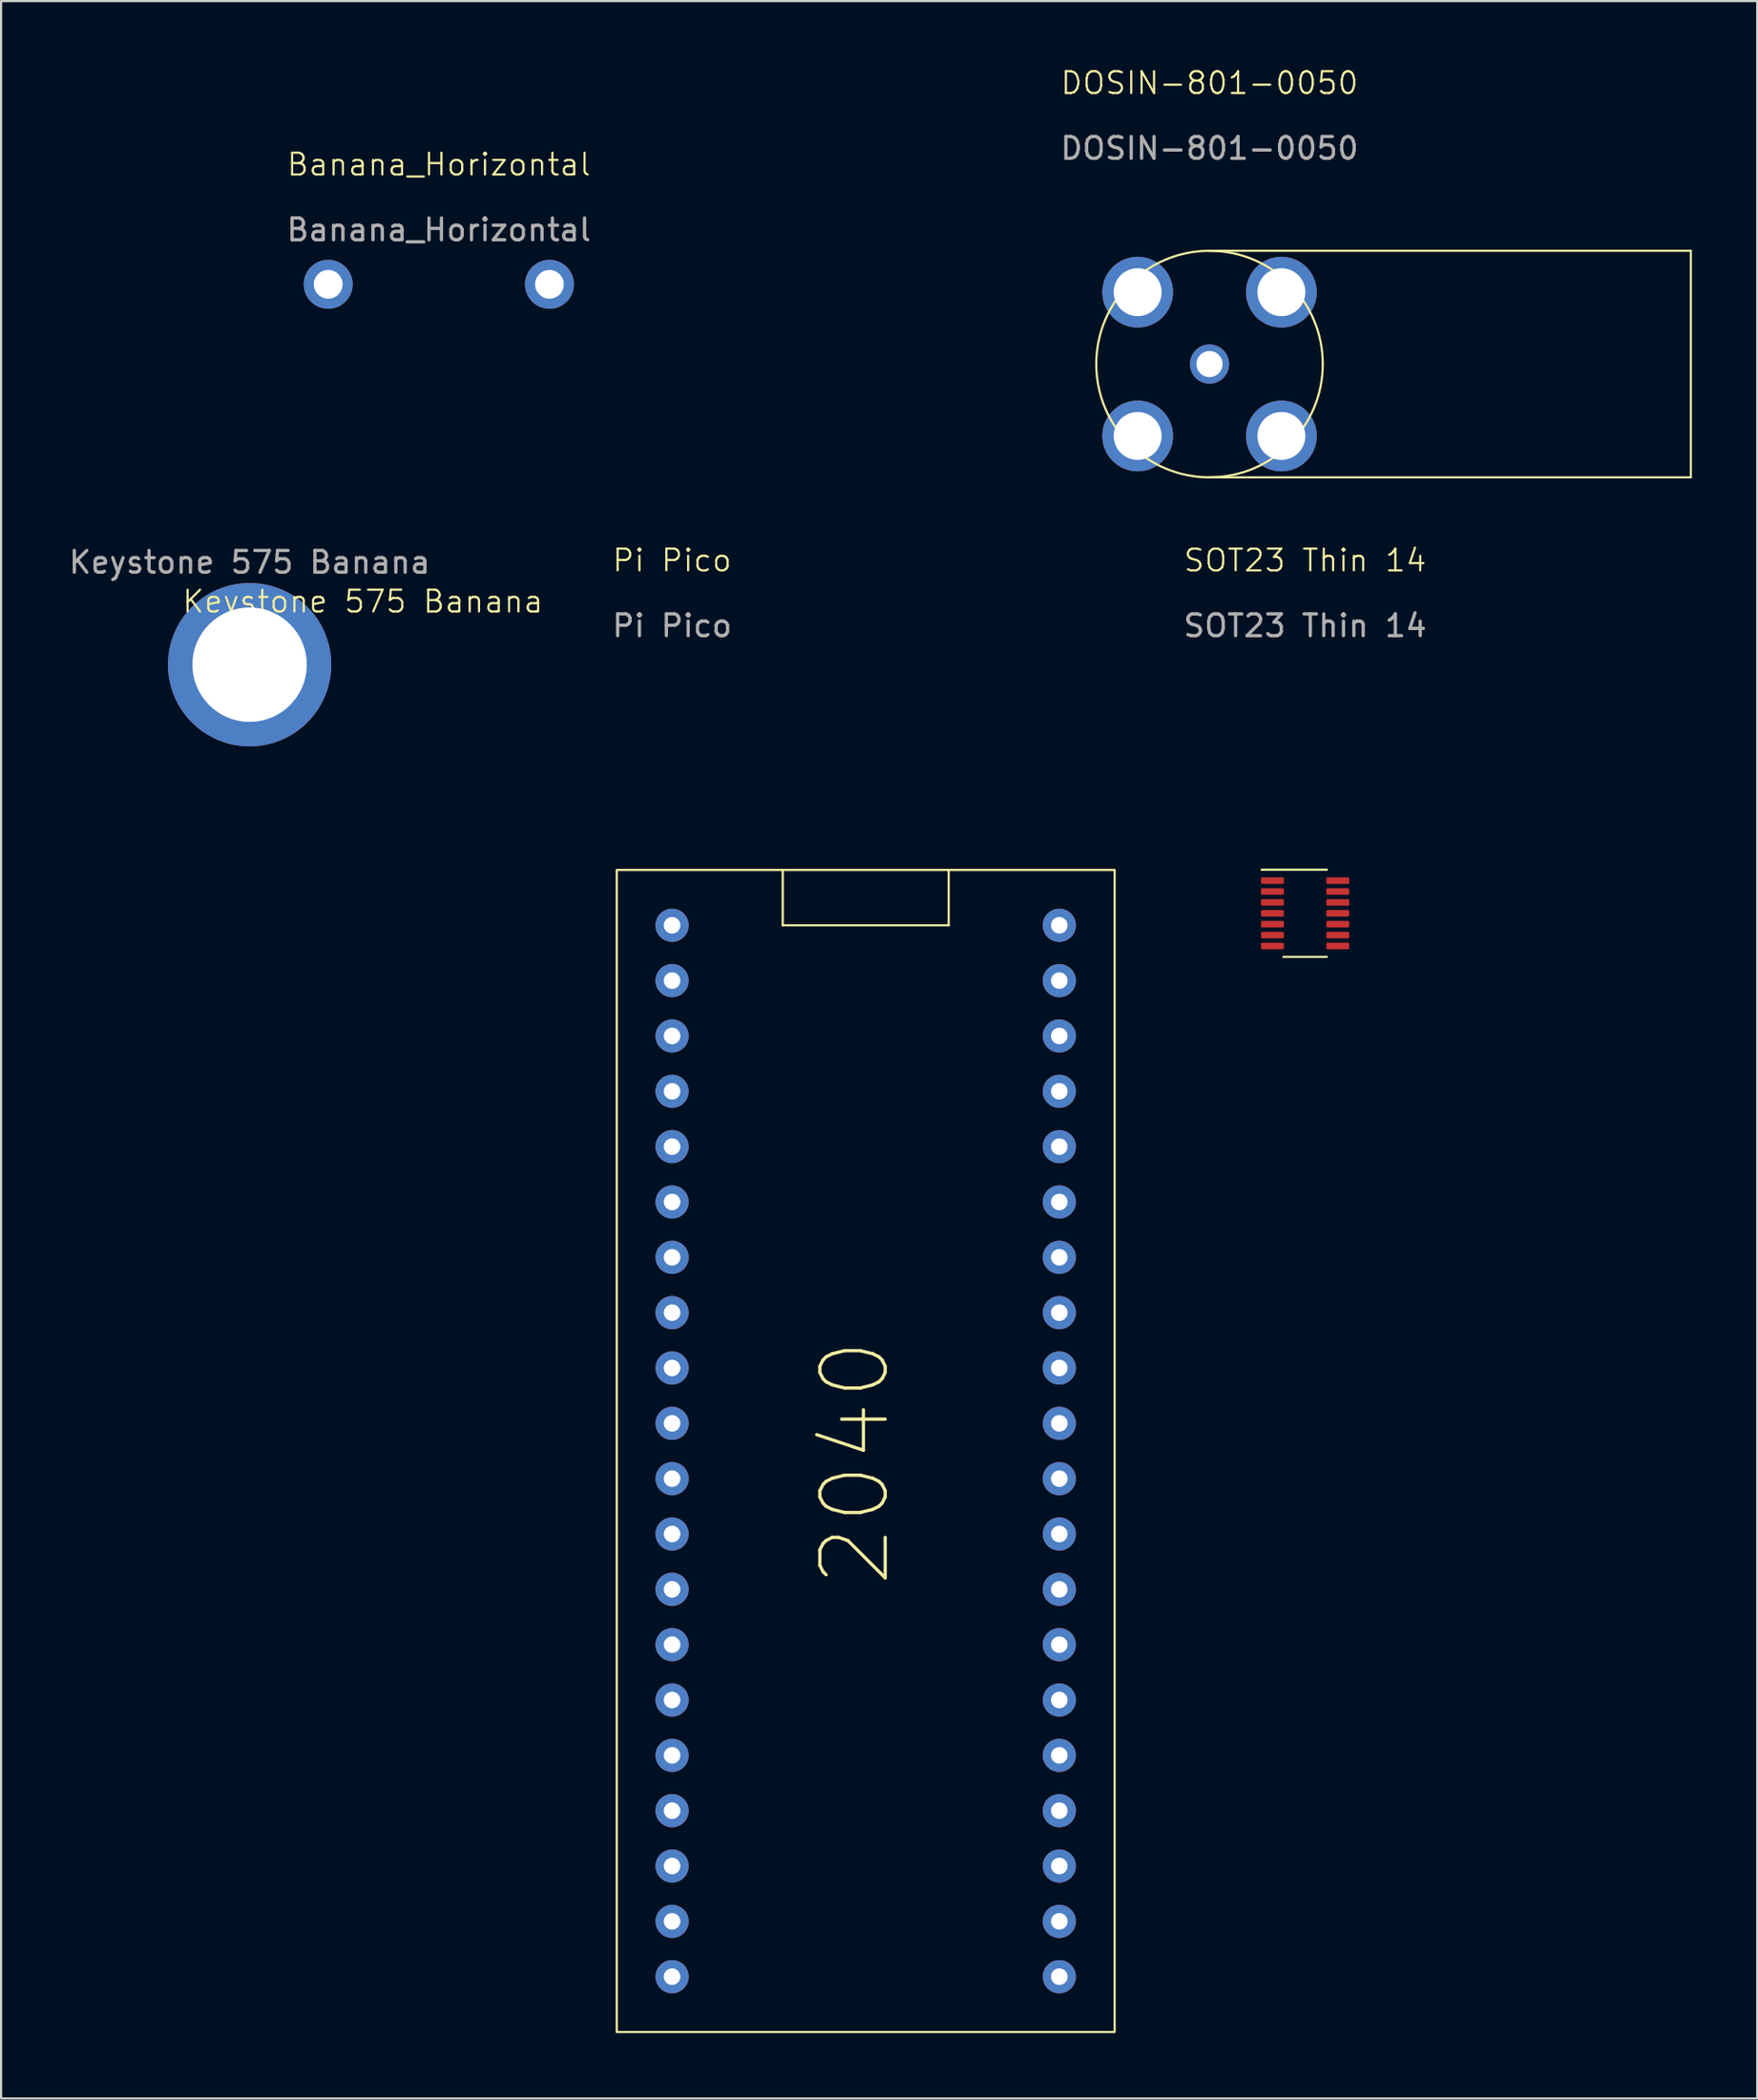
<source format=kicad_pcb>
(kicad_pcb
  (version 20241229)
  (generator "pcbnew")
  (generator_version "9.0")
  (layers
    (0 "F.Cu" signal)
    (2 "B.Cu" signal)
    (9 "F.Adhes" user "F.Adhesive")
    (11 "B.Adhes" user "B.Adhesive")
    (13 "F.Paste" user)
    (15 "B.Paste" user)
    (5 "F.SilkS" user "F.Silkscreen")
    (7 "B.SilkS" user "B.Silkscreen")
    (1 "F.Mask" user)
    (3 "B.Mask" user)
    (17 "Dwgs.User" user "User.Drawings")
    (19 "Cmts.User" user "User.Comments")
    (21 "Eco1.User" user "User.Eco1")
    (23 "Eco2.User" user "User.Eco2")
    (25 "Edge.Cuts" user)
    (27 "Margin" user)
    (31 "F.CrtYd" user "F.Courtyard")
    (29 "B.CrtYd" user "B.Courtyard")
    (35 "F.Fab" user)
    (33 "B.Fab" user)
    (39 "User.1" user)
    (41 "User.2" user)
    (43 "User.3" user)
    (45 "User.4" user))
  (footprint "SOT23 Thin 14"
    (layer "F.Cu")
    (at 56.876 38.871)
    (property "Reference" "SOT23 Thin 14" (at 0 -16.2 0) (unlocked yes) (layer "F.SilkS") (effects (font (size 1 1) (thickness 0.1))))
    (attr smd)
    (fp_line (start -1 2) (end 1 2) (stroke (width 0.1) (type default)) (layer "F.SilkS"))
    (fp_line (start 1 -2) (end -2 -2) (stroke (width 0.1) (type default)) (layer "F.SilkS"))
    (fp_text user "${REFERENCE}" (at 0 -13.2 0) (unlocked yes) (layer "F.Fab") (effects (font (size 1 1) (thickness 0.15))))
    (pad "1" smd roundrect (at -1.5 -1.5) (size 1.05 0.3) (layers "F.Cu" "F.Mask" "F.Paste") (roundrect_rratio 0.167))
    (pad "2" smd roundrect (at -1.5 -1) (size 1.05 0.3) (layers "F.Cu" "F.Mask" "F.Paste") (roundrect_rratio 0.167))
    (pad "3" smd roundrect (at -1.5 -0.5) (size 1.05 0.3) (layers "F.Cu" "F.Mask" "F.Paste") (roundrect_rratio 0.167))
    (pad "4" smd roundrect (at -1.5 0) (size 1.05 0.3) (layers "F.Cu" "F.Mask" "F.Paste") (roundrect_rratio 0.167))
    (pad "5" smd roundrect (at -1.5 0.5) (size 1.05 0.3) (layers "F.Cu" "F.Mask" "F.Paste") (roundrect_rratio 0.167))
    (pad "6" smd roundrect (at -1.5 1) (size 1.05 0.3) (layers "F.Cu" "F.Mask" "F.Paste") (roundrect_rratio 0.167))
    (pad "7" smd roundrect (at -1.5 1.5) (size 1.05 0.3) (layers "F.Cu" "F.Mask" "F.Paste") (roundrect_rratio 0.167))
    (pad "8" smd roundrect (at 1.5 1.5) (size 1.05 0.3) (layers "F.Cu" "F.Mask" "F.Paste") (roundrect_rratio 0.167))
    (pad "9" smd roundrect (at 1.5 1) (size 1.05 0.3) (layers "F.Cu" "F.Mask" "F.Paste") (roundrect_rratio 0.167))
    (pad "10" smd roundrect (at 1.5 0.5) (size 1.05 0.3) (layers "F.Cu" "F.Mask" "F.Paste") (roundrect_rratio 0.167))
    (pad "11" smd roundrect (at 1.5 0) (size 1.05 0.3) (layers "F.Cu" "F.Mask" "F.Paste") (roundrect_rratio 0.167))
    (pad "12" smd roundrect (at 1.5 -0.5) (size 1.05 0.3) (layers "F.Cu" "F.Mask" "F.Paste") (roundrect_rratio 0.167))
    (pad "13" smd roundrect (at 1.5 -1) (size 1.05 0.3) (layers "F.Cu" "F.Mask" "F.Paste") (roundrect_rratio 0.167))
    (pad "14" smd roundrect (at 1.5 -1.5) (size 1.05 0.3) (layers "F.Cu" "F.Mask" "F.Paste") (roundrect_rratio 0.167)))
  (footprint "Banana_Horizontal"
    (layer "F.Cu")
    (at 17.1 5)
    (property "Reference" "Banana_Horizontal" (at 0 -0.5 0) (unlocked yes) (layer "F.SilkS") (effects (font (size 1 1) (thickness 0.1))))
    (attr through_hole)
    (fp_text user "${REFERENCE}" (at 0 2.5 0) (unlocked yes) (layer "F.Fab") (effects (font (size 1 1) (thickness 0.15))))
    (fp_text user "Cinch 105-0753-001 105-0752-001 105-0751-001" (at -17.1 -3.7 0) (unlocked yes) (layer "User.1") (effects (font (size 1 1) (thickness 0.1)) (justify left bottom)))
    (pad "1" thru_hole circle (at -5.08 5) (size 2.25 2.25) (drill 1.32) (layers "*.Cu" "*.Mask"))
    (pad "2" thru_hole circle (at 5.08 5) (size 2.25 2.25) (drill 1.32) (layers "*.Cu" "*.Mask")))
  (footprint "Keystone 575 Banana"
    (layer "F.Cu")
    (at 8.411 27.459)
    (property "Reference" "Keystone 575 Banana" (at 5.2 -2.9 0) (unlocked yes) (layer "F.SilkS") (effects (font (size 1 1) (thickness 0.1))))
    (attr through_hole)
    (fp_text user "${REFERENCE}" (at 0 -4.7 0) (unlocked yes) (layer "F.Fab") (effects (font (size 1 1) (thickness 0.15))))
    (pad "1" thru_hole circle (at 0 0) (size 7.5 7.5) (drill 5.25) (layers "*.Cu" "*.Mask")))
  (footprint "Pi Pico"
    (layer "F.Cu")
    (at 27.81 39.421)
    (property "Reference" "Pi Pico" (at 0 -16.75 0) (unlocked yes) (layer "F.SilkS") (effects (font (size 1 1) (thickness 0.1))))
    (attr through_hole)
    (fp_line (start 5.08 -2.54) (end 5.08 0) (stroke (width 0.1) (type default)) (layer "F.SilkS"))
    (fp_line (start 5.08 0) (end 12.7 0) (stroke (width 0.1) (type default)) (layer "F.SilkS"))
    (fp_line (start 12.7 0) (end 12.7 -2.54) (stroke (width 0.1) (type default)) (layer "F.SilkS"))
    (fp_rect (start -2.54 -2.54) (end 20.32 50.8) (stroke (width 0.1) (type default)) (fill no) (layer "F.SilkS"))
    (fp_text user "2040" (at 10.16 30.48 90) (unlocked yes) (layer "F.SilkS") (effects (font (size 3 3) (thickness 0.15)) (justify left bottom)))
    (fp_text user "${REFERENCE}" (at 0 -13.75 0) (unlocked yes) (layer "F.Fab") (effects (font (size 1 1) (thickness 0.15))))
    (pad "1" thru_hole circle (at 0 0) (size 1.524 1.524) (drill 0.762) (layers "*.Cu" "*.Mask"))
    (pad "2" thru_hole circle (at 0 2.54) (size 1.524 1.524) (drill 0.762) (layers "*.Cu" "*.Mask"))
    (pad "3" thru_hole circle (at 0 5.08) (size 1.524 1.524) (drill 0.762) (layers "*.Cu" "*.Mask"))
    (pad "4" thru_hole circle (at 0 7.62) (size 1.524 1.524) (drill 0.762) (layers "*.Cu" "*.Mask"))
    (pad "5" thru_hole circle (at 0 10.16) (size 1.524 1.524) (drill 0.762) (layers "*.Cu" "*.Mask"))
    (pad "6" thru_hole circle (at 0 12.7) (size 1.524 1.524) (drill 0.762) (layers "*.Cu" "*.Mask"))
    (pad "7" thru_hole circle (at 0 15.24) (size 1.524 1.524) (drill 0.762) (layers "*.Cu" "*.Mask"))
    (pad "8" thru_hole circle (at 0 17.78) (size 1.524 1.524) (drill 0.762) (layers "*.Cu" "*.Mask"))
    (pad "9" thru_hole circle (at 0 20.32) (size 1.524 1.524) (drill 0.762) (layers "*.Cu" "*.Mask"))
    (pad "10" thru_hole circle (at 0 22.86) (size 1.524 1.524) (drill 0.762) (layers "*.Cu" "*.Mask"))
    (pad "11" thru_hole circle (at 0 25.4) (size 1.524 1.524) (drill 0.762) (layers "*.Cu" "*.Mask"))
    (pad "12" thru_hole circle (at 0 27.94) (size 1.524 1.524) (drill 0.762) (layers "*.Cu" "*.Mask"))
    (pad "13" thru_hole circle (at 0 30.48) (size 1.524 1.524) (drill 0.762) (layers "*.Cu" "*.Mask"))
    (pad "14" thru_hole circle (at 0 33.02) (size 1.524 1.524) (drill 0.762) (layers "*.Cu" "*.Mask"))
    (pad "15" thru_hole circle (at 0 35.56) (size 1.524 1.524) (drill 0.762) (layers "*.Cu" "*.Mask"))
    (pad "16" thru_hole circle (at 0 38.1) (size 1.524 1.524) (drill 0.762) (layers "*.Cu" "*.Mask"))
    (pad "17" thru_hole circle (at 0 40.64) (size 1.524 1.524) (drill 0.762) (layers "*.Cu" "*.Mask"))
    (pad "18" thru_hole circle (at 0 43.18) (size 1.524 1.524) (drill 0.762) (layers "*.Cu" "*.Mask"))
    (pad "19" thru_hole circle (at 0 45.72) (size 1.524 1.524) (drill 0.762) (layers "*.Cu" "*.Mask"))
    (pad "20" thru_hole circle (at 0 48.26) (size 1.524 1.524) (drill 0.762) (layers "*.Cu" "*.Mask"))
    (pad "21" thru_hole circle (at 17.78 48.26) (size 1.524 1.524) (drill 0.762) (layers "*.Cu" "*.Mask"))
    (pad "22" thru_hole circle (at 17.78 45.72) (size 1.524 1.524) (drill 0.762) (layers "*.Cu" "*.Mask"))
    (pad "23" thru_hole circle (at 17.78 43.18) (size 1.524 1.524) (drill 0.762) (layers "*.Cu" "*.Mask"))
    (pad "24" thru_hole circle (at 17.78 40.64) (size 1.524 1.524) (drill 0.762) (layers "*.Cu" "*.Mask"))
    (pad "25" thru_hole circle (at 17.78 38.1) (size 1.524 1.524) (drill 0.762) (layers "*.Cu" "*.Mask"))
    (pad "26" thru_hole circle (at 17.78 35.56) (size 1.524 1.524) (drill 0.762) (layers "*.Cu" "*.Mask"))
    (pad "27" thru_hole circle (at 17.78 33.02) (size 1.524 1.524) (drill 0.762) (layers "*.Cu" "*.Mask"))
    (pad "28" thru_hole circle (at 17.78 30.48) (size 1.524 1.524) (drill 0.762) (layers "*.Cu" "*.Mask"))
    (pad "29" thru_hole circle (at 17.78 27.94) (size 1.524 1.524) (drill 0.762) (layers "*.Cu" "*.Mask"))
    (pad "30" thru_hole circle (at 17.78 25.4) (size 1.524 1.524) (drill 0.762) (layers "*.Cu" "*.Mask"))
    (pad "31" thru_hole circle (at 17.78 22.86) (size 1.524 1.524) (drill 0.762) (layers "*.Cu" "*.Mask"))
    (pad "32" thru_hole circle (at 17.78 20.32) (size 1.524 1.524) (drill 0.762) (layers "*.Cu" "*.Mask"))
    (pad "33" thru_hole circle (at 17.78 17.78) (size 1.524 1.524) (drill 0.762) (layers "*.Cu" "*.Mask"))
    (pad "34" thru_hole circle (at 17.78 15.24) (size 1.524 1.524) (drill 0.762) (layers "*.Cu" "*.Mask"))
    (pad "35" thru_hole circle (at 17.78 12.7) (size 1.524 1.524) (drill 0.762) (layers "*.Cu" "*.Mask"))
    (pad "36" thru_hole circle (at 17.78 10.16) (size 1.524 1.524) (drill 0.762) (layers "*.Cu" "*.Mask"))
    (pad "37" thru_hole circle (at 17.78 7.62) (size 1.524 1.524) (drill 0.762) (layers "*.Cu" "*.Mask"))
    (pad "38" thru_hole circle (at 17.78 5.08) (size 1.524 1.524) (drill 0.762) (layers "*.Cu" "*.Mask"))
    (pad "39" thru_hole circle (at 17.78 2.54) (size 1.524 1.524) (drill 0.762) (layers "*.Cu" "*.Mask"))
    (pad "40" thru_hole circle (at 17.78 0) (size 1.524 1.524) (drill 0.762) (layers "*.Cu" "*.Mask")))
  (footprint "DOSIN-801-0050"
    (layer "F.Cu")
    (at 52.487 13.661)
    (property "Reference" "DOSIN-801-0050" (at 0 -12.9 0) (unlocked yes) (layer "F.SilkS") (effects (font (size 1 1) (thickness 0.1))))
    (attr through_hole)
    (fp_line (start 0 -5.2) (end 22.1 -5.2) (stroke (width 0.1) (type default)) (layer "F.SilkS"))
    (fp_line (start 0 5.2) (end 22.1 5.2) (stroke (width 0.1) (type default)) (layer "F.SilkS"))
    (fp_line (start 22.1 -5.2) (end 22.1 5.2) (stroke (width 0.1) (type default)) (layer "F.SilkS"))
    (fp_circle (center 0 0) (end 5.2 0) (stroke (width 0.1) (type default)) (fill no) (layer "F.SilkS"))
    (fp_text user "${REFERENCE}" (at 0 -9.9 0) (unlocked yes) (layer "F.Fab") (effects (font (size 1 1) (thickness 0.15))))
    (pad "1" thru_hole circle (at 0 0) (size 1.8 1.8) (drill 1.2) (layers "*.Cu" "*.Mask"))
    (pad "2" thru_hole circle (at -3.3 -3.3) (size 3.25 3.25) (drill 2.2) (layers "*.Cu" "*.Mask"))
    (pad "2" thru_hole circle (at -3.3 3.3) (size 3.25 3.25) (drill 2.2) (layers "*.Cu" "*.Mask"))
    (pad "2" thru_hole circle (at 3.3 -3.3) (size 3.25 3.25) (drill 2.2) (layers "*.Cu" "*.Mask"))
    (pad "2" thru_hole circle (at 3.3 3.3) (size 3.25 3.25) (drill 2.2) (layers "*.Cu" "*.Mask")))
  (gr_rect
    (start -3 -3)
    (end 77.637 93.271)
    (stroke (width 0.1) (type default))
    (fill no)
    (layer "Edge.Cuts")))
</source>
